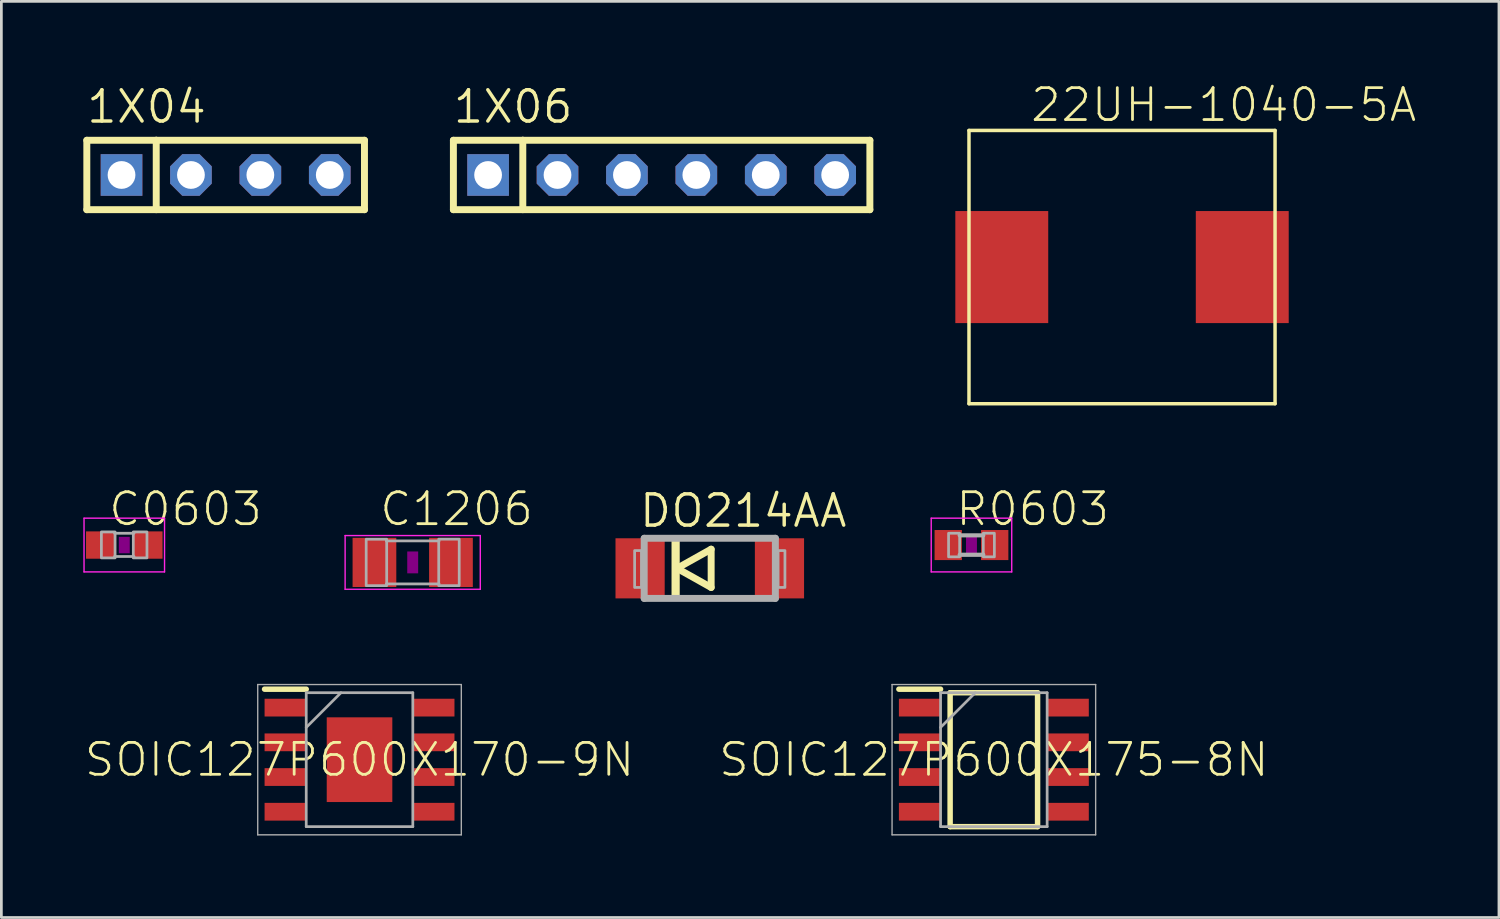
<source format=kicad_pcb>
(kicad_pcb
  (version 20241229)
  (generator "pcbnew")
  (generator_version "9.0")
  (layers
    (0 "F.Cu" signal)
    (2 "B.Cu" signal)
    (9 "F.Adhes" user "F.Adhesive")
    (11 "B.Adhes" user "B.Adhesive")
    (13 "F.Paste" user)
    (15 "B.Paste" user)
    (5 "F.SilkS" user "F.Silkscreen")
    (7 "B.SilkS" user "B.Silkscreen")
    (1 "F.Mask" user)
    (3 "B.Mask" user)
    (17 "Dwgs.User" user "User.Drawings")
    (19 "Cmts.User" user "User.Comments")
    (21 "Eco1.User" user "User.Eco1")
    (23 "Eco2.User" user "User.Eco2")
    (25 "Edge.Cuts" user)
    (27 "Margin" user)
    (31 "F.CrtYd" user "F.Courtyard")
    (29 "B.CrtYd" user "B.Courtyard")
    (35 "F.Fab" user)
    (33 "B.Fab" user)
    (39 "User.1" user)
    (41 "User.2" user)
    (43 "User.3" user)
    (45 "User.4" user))
  (footprint "R0603"
    (layer "F.Cu")
    (at 32.499 16.895)
    (property "Reference" "R0603" (at -0.635 -0.635 0) (layer "F.SilkS") (effects (font (size 1.168 1.168) (thickness 0.102)) (justify left bottom)))
    (fp_poly (pts (xy -0.2 0.4) (xy 0.2 0.4) (xy 0.2 -0.4) (xy -0.2 -0.4)) (stroke (width 0) (type solid)) (fill yes) (layer "F.Adhes"))
    (fp_line (start -1.473 -0.983) (end 1.473 -0.983) (stroke (width 0.051) (type solid)) (layer "F.CrtYd"))
    (fp_line (start -1.473 0.983) (end -1.473 -0.983) (stroke (width 0.051) (type solid)) (layer "F.CrtYd"))
    (fp_line (start 1.473 -0.983) (end 1.473 0.983) (stroke (width 0.051) (type solid)) (layer "F.CrtYd"))
    (fp_line (start 1.473 0.983) (end -1.473 0.983) (stroke (width 0.051) (type solid)) (layer "F.CrtYd"))
    (fp_line (start -0.432 0.356) (end 0.432 0.356) (stroke (width 0.152) (type solid)) (layer "F.Fab"))
    (fp_line (start 0.432 -0.356) (end -0.432 -0.356) (stroke (width 0.152) (type solid)) (layer "F.Fab"))
    (fp_poly (pts (xy -0.838 0.432) (xy -0.432 0.432) (xy -0.432 -0.432) (xy -0.838 -0.432)) (stroke (width 0.1) (type solid)) (fill no) (layer "F.Fab"))
    (fp_poly (pts (xy 0.432 0.432) (xy 0.838 0.432) (xy 0.838 -0.432) (xy 0.432 -0.432)) (stroke (width 0.1) (type solid)) (fill no) (layer "F.Fab"))
    (pad "1" smd rect (at -0.85 0) (size 1 1.1) (layers "F.Cu" "F.Mask" "F.Paste"))
    (pad "2" smd rect (at 0.85 0) (size 1 1.1) (layers "F.Cu" "F.Mask" "F.Paste")))
  (footprint "1X06"
    (layer "F.Cu")
    (at 21.161 3.353)
    (property "Reference" "1X06" (at -7.696 -1.829 0) (layer "F.SilkS") (effects (font (size 1.143 1.143) (thickness 0.127)) (justify left bottom)))
    (fp_line (start -7.62 -1.27) (end -7.62 1.27) (stroke (width 0.254) (type solid)) (layer "F.SilkS"))
    (fp_line (start -5.08 -1.27) (end -7.62 -1.27) (stroke (width 0.254) (type solid)) (layer "F.SilkS"))
    (fp_line (start -5.08 -1.27) (end -5.08 1.27) (stroke (width 0.254) (type solid)) (layer "F.SilkS"))
    (fp_line (start 7.62 -1.27) (end -5.08 -1.27) (stroke (width 0.254) (type solid)) (layer "F.SilkS"))
    (fp_line (start 7.62 -1.27) (end 7.62 1.27) (stroke (width 0.254) (type solid)) (layer "F.SilkS"))
    (fp_line (start 7.62 1.27) (end -7.62 1.27) (stroke (width 0.254) (type solid)) (layer "F.SilkS"))
    (fp_poly (pts (xy -6.604 0.254) (xy -6.096 0.254) (xy -6.096 -0.254) (xy -6.604 -0.254)) (stroke (width 0.1) (type solid)) (fill no) (layer "F.Fab"))
    (fp_poly (pts (xy -4.064 0.254) (xy -3.556 0.254) (xy -3.556 -0.254) (xy -4.064 -0.254)) (stroke (width 0.1) (type solid)) (fill no) (layer "F.Fab"))
    (fp_poly (pts (xy -1.524 0.254) (xy -1.016 0.254) (xy -1.016 -0.254) (xy -1.524 -0.254)) (stroke (width 0.1) (type solid)) (fill no) (layer "F.Fab"))
    (fp_poly (pts (xy 1.016 0.254) (xy 1.524 0.254) (xy 1.524 -0.254) (xy 1.016 -0.254)) (stroke (width 0.1) (type solid)) (fill no) (layer "F.Fab"))
    (fp_poly (pts (xy 3.556 0.254) (xy 4.064 0.254) (xy 4.064 -0.254) (xy 3.556 -0.254)) (stroke (width 0.1) (type solid)) (fill no) (layer "F.Fab"))
    (fp_poly (pts (xy 6.096 0.254) (xy 6.604 0.254) (xy 6.604 -0.254) (xy 6.096 -0.254)) (stroke (width 0.1) (type solid)) (fill no) (layer "F.Fab"))
    (pad "1" thru_hole rect (at -6.35 0 90) (size 1.524 1.524) (drill 1.016) (layers "*.Cu" "*.Mask"))
    (pad "2" thru_hole roundrect (at -3.81 0 90) (size 1.524 1.524) (drill 1.016) (layers "*.Cu" "*.Mask") (roundrect_rratio 0.25) (chamfer_ratio 0.293) (chamfer top_left top_right bottom_left bottom_right))
    (pad "3" thru_hole roundrect (at -1.27 0 90) (size 1.524 1.524) (drill 1.016) (layers "*.Cu" "*.Mask") (roundrect_rratio 0.25) (chamfer_ratio 0.293) (chamfer top_left top_right bottom_left bottom_right))
    (pad "4" thru_hole roundrect (at 1.27 0 90) (size 1.524 1.524) (drill 1.016) (layers "*.Cu" "*.Mask") (roundrect_rratio 0.25) (chamfer_ratio 0.293) (chamfer top_left top_right bottom_left bottom_right))
    (pad "5" thru_hole roundrect (at 3.81 0 90) (size 1.524 1.524) (drill 1.016) (layers "*.Cu" "*.Mask") (roundrect_rratio 0.25) (chamfer_ratio 0.293) (chamfer top_left top_right bottom_left bottom_right))
    (pad "6" thru_hole roundrect (at 6.35 0 90) (size 1.524 1.524) (drill 1.016) (layers "*.Cu" "*.Mask") (roundrect_rratio 0.25) (chamfer_ratio 0.293) (chamfer top_left top_right bottom_left bottom_right)))
  (footprint "SOIC127P600X170-9N"
    (layer "F.Cu")
    (at 10.106 24.749)
    (property "Reference" "SOIC127P600X170-9N" (at 0 0 0) (layer "F.SilkS") (effects (font (size 1.168 1.168) (thickness 0.102))))
    (fp_line (start -3.475 -2.58) (end -1.95 -2.58) (stroke (width 0.2) (type solid)) (layer "F.SilkS"))
    (fp_line (start -3.725 -2.75) (end 3.725 -2.75) (stroke (width 0.05) (type solid)) (layer "F.Fab"))
    (fp_line (start -3.725 2.75) (end -3.725 -2.75) (stroke (width 0.05) (type solid)) (layer "F.Fab"))
    (fp_line (start -1.95 -2.45) (end 1.95 -2.45) (stroke (width 0.1) (type solid)) (layer "F.Fab"))
    (fp_line (start -1.95 -1.18) (end -0.68 -2.45) (stroke (width 0.1) (type solid)) (layer "F.Fab"))
    (fp_line (start -1.95 2.45) (end -1.95 -2.45) (stroke (width 0.1) (type solid)) (layer "F.Fab"))
    (fp_line (start 1.95 -2.45) (end 1.95 2.45) (stroke (width 0.1) (type solid)) (layer "F.Fab"))
    (fp_line (start 1.95 2.45) (end -1.95 2.45) (stroke (width 0.1) (type solid)) (layer "F.Fab"))
    (fp_line (start 3.725 -2.75) (end 3.725 2.75) (stroke (width 0.05) (type solid)) (layer "F.Fab"))
    (fp_line (start 3.725 2.75) (end -3.725 2.75) (stroke (width 0.05) (type solid)) (layer "F.Fab"))
    (pad "1" smd rect (at -2.712 -1.905) (size 1.525 0.65) (layers "F.Cu" "F.Mask" "F.Paste"))
    (pad "2" smd rect (at -2.712 -0.635) (size 1.525 0.65) (layers "F.Cu" "F.Mask" "F.Paste"))
    (pad "3" smd rect (at -2.712 0.635) (size 1.525 0.65) (layers "F.Cu" "F.Mask" "F.Paste"))
    (pad "4" smd rect (at -2.712 1.905) (size 1.525 0.65) (layers "F.Cu" "F.Mask" "F.Paste"))
    (pad "5" smd rect (at 2.712 1.905) (size 1.525 0.65) (layers "F.Cu" "F.Mask" "F.Paste"))
    (pad "6" smd rect (at 2.712 0.635) (size 1.525 0.65) (layers "F.Cu" "F.Mask" "F.Paste"))
    (pad "7" smd rect (at 2.712 -0.635) (size 1.525 0.65) (layers "F.Cu" "F.Mask" "F.Paste"))
    (pad "8" smd rect (at 2.712 -1.905) (size 1.525 0.65) (layers "F.Cu" "F.Mask" "F.Paste"))
    (pad "9" smd rect (at 0 0 90) (size 3.1 2.4) (layers "F.Cu" "F.Mask" "F.Paste")))
  (footprint "DO214AA"
    (layer "F.Cu")
    (at 22.923 17.747)
    (property "Reference" "DO214AA" (at -2.64 -1.436 0) (layer "F.SilkS") (effects (font (size 1.143 1.143) (thickness 0.127)) (justify left bottom)))
    (fp_line (start -1.2 0) (end 0.05 -0.7) (stroke (width 0.254) (type solid)) (layer "F.SilkS"))
    (fp_line (start 0.05 -0.7) (end 0.05 0.7) (stroke (width 0.254) (type solid)) (layer "F.SilkS"))
    (fp_line (start 0.05 0.7) (end -1.2 0) (stroke (width 0.254) (type solid)) (layer "F.SilkS"))
    (fp_poly (pts (xy -1.4 1.05) (xy -1.1 1.05) (xy -1.1 -1.05) (xy -1.4 -1.05)) (stroke (width 0) (type solid)) (fill yes) (layer "F.SilkS"))
    (fp_line (start -2.4 -1.1) (end 2.4 -1.1) (stroke (width 0.254) (type solid)) (layer "F.Fab"))
    (fp_line (start -2.4 1.1) (end -2.4 -1.1) (stroke (width 0.254) (type solid)) (layer "F.Fab"))
    (fp_line (start 2.4 -1.1) (end 2.4 1.1) (stroke (width 0.254) (type solid)) (layer "F.Fab"))
    (fp_line (start 2.4 1.1) (end -2.4 1.1) (stroke (width 0.254) (type solid)) (layer "F.Fab"))
    (fp_poly (pts (xy -2.75 0.7) (xy -2.5 0.7) (xy -2.5 -0.65) (xy -2.75 -0.65)) (stroke (width 0.1) (type solid)) (fill no) (layer "F.Fab"))
    (fp_poly (pts (xy 2.5 0.7) (xy 2.75 0.7) (xy 2.75 -0.65) (xy 2.5 -0.65)) (stroke (width 0.1) (type solid)) (fill no) (layer "F.Fab"))
    (pad "A" smd rect (at 2.55 0) (size 1.8 2.2) (layers "F.Cu" "F.Mask" "F.Paste"))
    (pad "C" smd rect (at -2.55 0) (size 1.8 2.2) (layers "F.Cu" "F.Mask" "F.Paste")))
  (footprint "1X04"
    (layer "F.Cu")
    (at 5.207 3.353)
    (property "Reference" "1X04" (at -5.156 -1.829 0) (layer "F.SilkS") (effects (font (size 1.143 1.143) (thickness 0.127)) (justify left bottom)))
    (fp_line (start -5.08 -1.27) (end -5.08 1.27) (stroke (width 0.254) (type solid)) (layer "F.SilkS"))
    (fp_line (start -5.08 -1.27) (end -2.54 -1.27) (stroke (width 0.254) (type solid)) (layer "F.SilkS"))
    (fp_line (start -2.54 -1.27) (end -2.54 1.27) (stroke (width 0.254) (type solid)) (layer "F.SilkS"))
    (fp_line (start -2.54 -1.27) (end 5.08 -1.27) (stroke (width 0.254) (type solid)) (layer "F.SilkS"))
    (fp_line (start 5.08 -1.27) (end 5.08 1.27) (stroke (width 0.254) (type solid)) (layer "F.SilkS"))
    (fp_line (start 5.08 1.27) (end -5.08 1.27) (stroke (width 0.254) (type solid)) (layer "F.SilkS"))
    (fp_poly (pts (xy -4.064 0.254) (xy -3.556 0.254) (xy -3.556 -0.254) (xy -4.064 -0.254)) (stroke (width 0.1) (type solid)) (fill no) (layer "F.Fab"))
    (fp_poly (pts (xy -1.524 0.254) (xy -1.016 0.254) (xy -1.016 -0.254) (xy -1.524 -0.254)) (stroke (width 0.1) (type solid)) (fill no) (layer "F.Fab"))
    (fp_poly (pts (xy 1.016 0.254) (xy 1.524 0.254) (xy 1.524 -0.254) (xy 1.016 -0.254)) (stroke (width 0.1) (type solid)) (fill no) (layer "F.Fab"))
    (fp_poly (pts (xy 3.556 0.254) (xy 4.064 0.254) (xy 4.064 -0.254) (xy 3.556 -0.254)) (stroke (width 0.1) (type solid)) (fill no) (layer "F.Fab"))
    (pad "1" thru_hole rect (at -3.81 0 90) (size 1.524 1.524) (drill 1.016) (layers "*.Cu" "*.Mask"))
    (pad "2" thru_hole roundrect (at -1.27 0 90) (size 1.524 1.524) (drill 1.016) (layers "*.Cu" "*.Mask") (roundrect_rratio 0.25) (chamfer_ratio 0.293) (chamfer top_left top_right bottom_left bottom_right))
    (pad "3" thru_hole roundrect (at 1.27 0 90) (size 1.524 1.524) (drill 1.016) (layers "*.Cu" "*.Mask") (roundrect_rratio 0.25) (chamfer_ratio 0.293) (chamfer top_left top_right bottom_left bottom_right))
    (pad "4" thru_hole roundrect (at 3.81 0 90) (size 1.524 1.524) (drill 1.016) (layers "*.Cu" "*.Mask") (roundrect_rratio 0.25) (chamfer_ratio 0.293) (chamfer top_left top_right bottom_left bottom_right)))
  (footprint "C1206"
    (layer "F.Cu")
    (at 12.052 17.53)
    (property "Reference" "C1206" (at -1.27 -1.27 0) (layer "F.SilkS") (effects (font (size 1.168 1.168) (thickness 0.102)) (justify left bottom)))
    (fp_poly (pts (xy -0.2 0.4) (xy 0.2 0.4) (xy 0.2 -0.4) (xy -0.2 -0.4)) (stroke (width 0) (type solid)) (fill yes) (layer "F.Adhes"))
    (fp_line (start -2.473 -0.983) (end 2.473 -0.983) (stroke (width 0.051) (type solid)) (layer "F.CrtYd"))
    (fp_line (start -2.473 0.983) (end -2.473 -0.983) (stroke (width 0.051) (type solid)) (layer "F.CrtYd"))
    (fp_line (start 2.473 -0.983) (end 2.473 0.983) (stroke (width 0.051) (type solid)) (layer "F.CrtYd"))
    (fp_line (start 2.473 0.983) (end -2.473 0.983) (stroke (width 0.051) (type solid)) (layer "F.CrtYd"))
    (fp_line (start -0.965 -0.787) (end 0.965 -0.787) (stroke (width 0.102) (type solid)) (layer "F.Fab"))
    (fp_line (start -0.965 0.787) (end 0.965 0.787) (stroke (width 0.102) (type solid)) (layer "F.Fab"))
    (fp_poly (pts (xy -1.702 0.851) (xy -0.952 0.851) (xy -0.952 -0.849) (xy -1.702 -0.849)) (stroke (width 0.1) (type solid)) (fill no) (layer "F.Fab"))
    (fp_poly (pts (xy 0.952 0.849) (xy 1.702 0.849) (xy 1.702 -0.851) (xy 0.952 -0.851)) (stroke (width 0.1) (type solid)) (fill no) (layer "F.Fab"))
    (pad "1" smd rect (at -1.4 0) (size 1.6 1.8) (layers "F.Cu" "F.Mask" "F.Paste"))
    (pad "2" smd rect (at 1.4 0) (size 1.6 1.8) (layers "F.Cu" "F.Mask" "F.Paste")))
  (footprint "C0603"
    (layer "F.Cu")
    (at 1.498 16.895)
    (property "Reference" "C0603" (at -0.635 -0.635 0) (layer "F.SilkS") (effects (font (size 1.168 1.168) (thickness 0.102)) (justify left bottom)))
    (fp_poly (pts (xy -0.2 0.3) (xy 0.2 0.3) (xy 0.2 -0.3) (xy -0.2 -0.3)) (stroke (width 0) (type solid)) (fill yes) (layer "F.Adhes"))
    (fp_line (start -1.473 -0.983) (end 1.473 -0.983) (stroke (width 0.051) (type solid)) (layer "F.CrtYd"))
    (fp_line (start -1.473 0.983) (end -1.473 -0.983) (stroke (width 0.051) (type solid)) (layer "F.CrtYd"))
    (fp_line (start 1.473 -0.983) (end 1.473 0.983) (stroke (width 0.051) (type solid)) (layer "F.CrtYd"))
    (fp_line (start 1.473 0.983) (end -1.473 0.983) (stroke (width 0.051) (type solid)) (layer "F.CrtYd"))
    (fp_line (start -0.356 -0.432) (end 0.356 -0.432) (stroke (width 0.102) (type solid)) (layer "F.Fab"))
    (fp_line (start -0.356 0.419) (end 0.356 0.419) (stroke (width 0.102) (type solid)) (layer "F.Fab"))
    (fp_poly (pts (xy -0.838 0.47) (xy -0.338 0.47) (xy -0.338 -0.48) (xy -0.838 -0.48)) (stroke (width 0.1) (type solid)) (fill no) (layer "F.Fab"))
    (fp_poly (pts (xy 0.33 0.47) (xy 0.83 0.47) (xy 0.83 -0.48) (xy 0.33 -0.48)) (stroke (width 0.1) (type solid)) (fill no) (layer "F.Fab"))
    (pad "1" smd rect (at -0.85 0) (size 1.1 1) (layers "F.Cu" "F.Mask" "F.Paste"))
    (pad "2" smd rect (at 0.85 0) (size 1.1 1) (layers "F.Cu" "F.Mask" "F.Paste")))
  (footprint "22UH-1040-5A"
    (layer "F.Cu")
    (at 38.008 6.723)
    (property "Reference" "22UH-1040-5A" (at -3.41 -5.25 0) (layer "F.SilkS") (effects (font (size 1.168 1.168) (thickness 0.102)) (justify left bottom)))
    (fp_line (start -5.6 -5) (end 5.6 -5) (stroke (width 0.127) (type solid)) (layer "F.SilkS"))
    (fp_line (start -5.6 5) (end -5.6 -5) (stroke (width 0.127) (type solid)) (layer "F.SilkS"))
    (fp_line (start 5.6 -5) (end 5.6 5) (stroke (width 0.127) (type solid)) (layer "F.SilkS"))
    (fp_line (start 5.6 5) (end -5.6 5) (stroke (width 0.127) (type solid)) (layer "F.SilkS"))
    (pad "P$1" smd rect (at -4.4 0) (size 3.4 4.1) (layers "F.Cu" "F.Mask" "F.Paste"))
    (pad "P$2" smd rect (at 4.4 0) (size 3.4 4.1) (layers "F.Cu" "F.Mask" "F.Paste")))
  (footprint "SOIC127P600X175-8N"
    (layer "F.Cu")
    (at 33.318 24.749)
    (property "Reference" "SOIC127P600X175-8N" (at 0 0 0) (layer "F.SilkS") (effects (font (size 1.168 1.168) (thickness 0.102))))
    (fp_line (start -3.475 -2.58) (end -1.95 -2.58) (stroke (width 0.2) (type solid)) (layer "F.SilkS"))
    (fp_line (start -1.6 -2.45) (end 1.6 -2.45) (stroke (width 0.2) (type solid)) (layer "F.SilkS"))
    (fp_line (start -1.6 2.45) (end -1.6 -2.45) (stroke (width 0.2) (type solid)) (layer "F.SilkS"))
    (fp_line (start 1.6 -2.45) (end 1.6 2.45) (stroke (width 0.2) (type solid)) (layer "F.SilkS"))
    (fp_line (start 1.6 2.45) (end -1.6 2.45) (stroke (width 0.2) (type solid)) (layer "F.SilkS"))
    (fp_line (start -3.725 -2.75) (end 3.725 -2.75) (stroke (width 0.05) (type solid)) (layer "F.Fab"))
    (fp_line (start -3.725 2.75) (end -3.725 -2.75) (stroke (width 0.05) (type solid)) (layer "F.Fab"))
    (fp_line (start -1.95 -2.45) (end 1.95 -2.45) (stroke (width 0.1) (type solid)) (layer "F.Fab"))
    (fp_line (start -1.95 -1.18) (end -0.68 -2.45) (stroke (width 0.1) (type solid)) (layer "F.Fab"))
    (fp_line (start -1.95 2.45) (end -1.95 -2.45) (stroke (width 0.1) (type solid)) (layer "F.Fab"))
    (fp_line (start 1.95 -2.45) (end 1.95 2.45) (stroke (width 0.1) (type solid)) (layer "F.Fab"))
    (fp_line (start 1.95 2.45) (end -1.95 2.45) (stroke (width 0.1) (type solid)) (layer "F.Fab"))
    (fp_line (start 3.725 -2.75) (end 3.725 2.75) (stroke (width 0.05) (type solid)) (layer "F.Fab"))
    (fp_line (start 3.725 2.75) (end -3.725 2.75) (stroke (width 0.05) (type solid)) (layer "F.Fab"))
    (pad "1" smd rect (at -2.712 -1.905) (size 1.525 0.65) (layers "F.Cu" "F.Mask" "F.Paste"))
    (pad "2" smd rect (at -2.712 -0.635) (size 1.525 0.65) (layers "F.Cu" "F.Mask" "F.Paste"))
    (pad "3" smd rect (at -2.712 0.635) (size 1.525 0.65) (layers "F.Cu" "F.Mask" "F.Paste"))
    (pad "4" smd rect (at -2.712 1.905) (size 1.525 0.65) (layers "F.Cu" "F.Mask" "F.Paste"))
    (pad "5" smd rect (at 2.712 1.905) (size 1.525 0.65) (layers "F.Cu" "F.Mask" "F.Paste"))
    (pad "6" smd rect (at 2.712 0.635) (size 1.525 0.65) (layers "F.Cu" "F.Mask" "F.Paste"))
    (pad "7" smd rect (at 2.712 -0.635) (size 1.525 0.65) (layers "F.Cu" "F.Mask" "F.Paste"))
    (pad "8" smd rect (at 2.712 -1.905) (size 1.525 0.65) (layers "F.Cu" "F.Mask" "F.Paste")))
  (gr_rect
    (start -3 -3)
    (end 51.801 30.524)
    (stroke (width 0.1) (type default))
    (fill no)
    (layer "Edge.Cuts")))
</source>
